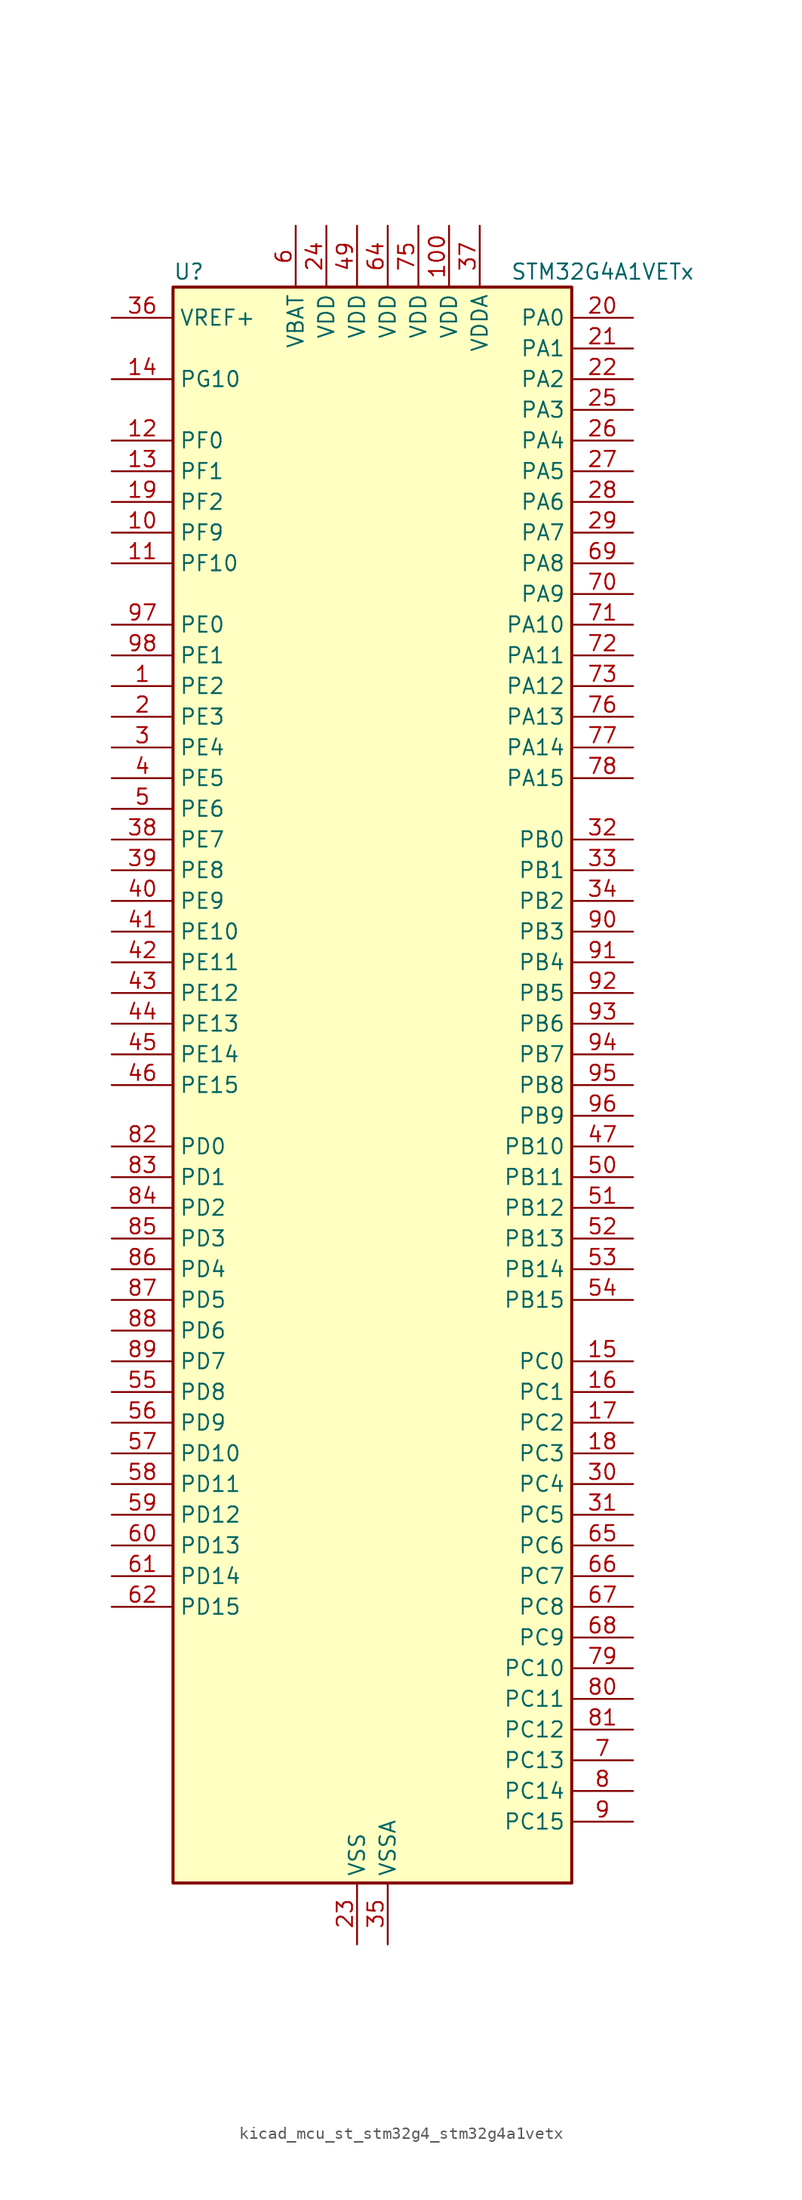
<source format=kicad_sym>
(kicad_symbol_lib
  (version 20220914)
  (generator kicad_symbol_editor)
  (symbol "kicad_mcu_st_stm32g4_stm32g4a1vetx"
    (property "Reference" "U"
      (at -15.24 67.31 0)
      (effects (font (size 1.27 1.27)) (justify left)))
    (property "Value" "STM32G4A1VETx"
      (at 12.7 67.31 0)
      (effects (font (size 1.27 1.27)) (justify left)))
    (property "ki_locked" ""
      (at 0 0 0)
      (effects (font (size 1.27 1.27))))
    (symbol "kicad_mcu_st_stm32g4_stm32g4a1vetx_0_1"
      (rectangle (start -15.24 -66.04) (end 17.78 66.04) (stroke (width 0.254) (type default)) (fill (type background))))
    (symbol "kicad_mcu_st_stm32g4_stm32g4a1vetx_1_1"
      (pin bidirectional line (at -20.32 33.02 0) (length 5.08) (name "PE2" (effects (font (size 1.27 1.27)))) (number "1" (effects (font (size 1.27 1.27)))) (alternate "ADC3_EXTI2" bidirectional line) (alternate "SAI1_CK1" bidirectional line) (alternate "SAI1_MCLK_A" bidirectional line) (alternate "SYS_TRACECLK" bidirectional line) (alternate "TIM20_CH1" bidirectional line) (alternate "TIM3_CH1" bidirectional line))
      (pin bidirectional line (at -20.32 45.72 0) (length 5.08) (name "PF9" (effects (font (size 1.27 1.27)))) (number "10" (effects (font (size 1.27 1.27)))) (alternate "DAC1_EXTI9" bidirectional line) (alternate "DAC3_EXTI9" bidirectional line) (alternate "QUADSPI1_BK1_IO1" bidirectional line) (alternate "SAI1_FS_B" bidirectional line) (alternate "SPI2_SCK" bidirectional line) (alternate "TIM15_CH1" bidirectional line) (alternate "TIM20_BKIN" bidirectional line))
      (pin power_in line (at 7.62 71.12 270) (length 5.08) (name "VDD" (effects (font (size 1.27 1.27)))) (number "100" (effects (font (size 1.27 1.27)))))
      (pin bidirectional line (at -20.32 43.18 0) (length 5.08) (name "PF10" (effects (font (size 1.27 1.27)))) (number "11" (effects (font (size 1.27 1.27)))) (alternate "DAC1_EXTI10" bidirectional line) (alternate "DAC3_EXTI10" bidirectional line) (alternate "QUADSPI1_CLK" bidirectional line) (alternate "SAI1_D3" bidirectional line) (alternate "SPI2_SCK" bidirectional line) (alternate "TIM15_CH2" bidirectional line) (alternate "TIM20_BKIN2" bidirectional line))
      (pin bidirectional line (at -20.32 53.34 0) (length 5.08) (name "PF0" (effects (font (size 1.27 1.27)))) (number "12" (effects (font (size 1.27 1.27)))) (alternate "ADC1_IN10" bidirectional line) (alternate "I2C2_SDA" bidirectional line) (alternate "I2S2_WS" bidirectional line) (alternate "RCC_OSC_IN" bidirectional line) (alternate "SPI2_NSS" bidirectional line) (alternate "TIM1_CH3N" bidirectional line))
      (pin bidirectional line (at -20.32 50.8 0) (length 5.08) (name "PF1" (effects (font (size 1.27 1.27)))) (number "13" (effects (font (size 1.27 1.27)))) (alternate "ADC2_IN10" bidirectional line) (alternate "COMP3_INM" bidirectional line) (alternate "I2S2_CK" bidirectional line) (alternate "RCC_OSC_OUT" bidirectional line) (alternate "SPI2_SCK" bidirectional line))
      (pin bidirectional line (at -20.32 58.42 0) (length 5.08) (name "PG10" (effects (font (size 1.27 1.27)))) (number "14" (effects (font (size 1.27 1.27)))) (alternate "DAC1_EXTI10" bidirectional line) (alternate "DAC3_EXTI10" bidirectional line) (alternate "RCC_MCO" bidirectional line))
      (pin bidirectional line (at 22.86 -22.86 180) (length 5.08) (name "PC0" (effects (font (size 1.27 1.27)))) (number "15" (effects (font (size 1.27 1.27)))) (alternate "ADC1_IN6" bidirectional line) (alternate "ADC2_IN6" bidirectional line) (alternate "COMP3_INM" bidirectional line) (alternate "LPTIM1_IN1" bidirectional line) (alternate "LPUART1_RX" bidirectional line) (alternate "TIM1_CH1" bidirectional line))
      (pin bidirectional line (at 22.86 -25.4 180) (length 5.08) (name "PC1" (effects (font (size 1.27 1.27)))) (number "16" (effects (font (size 1.27 1.27)))) (alternate "ADC1_IN7" bidirectional line) (alternate "ADC2_IN7" bidirectional line) (alternate "COMP3_INP" bidirectional line) (alternate "LPTIM1_OUT" bidirectional line) (alternate "LPUART1_TX" bidirectional line) (alternate "QUADSPI1_BK2_IO0" bidirectional line) (alternate "SAI1_SD_A" bidirectional line) (alternate "TIM1_CH2" bidirectional line))
      (pin bidirectional line (at 22.86 -27.94 180) (length 5.08) (name "PC2" (effects (font (size 1.27 1.27)))) (number "17" (effects (font (size 1.27 1.27)))) (alternate "ADC1_IN8" bidirectional line) (alternate "ADC2_IN8" bidirectional line) (alternate "ADC3_EXTI2" bidirectional line) (alternate "COMP3_OUT" bidirectional line) (alternate "LPTIM1_IN2" bidirectional line) (alternate "QUADSPI1_BK2_IO1" bidirectional line) (alternate "TIM1_CH3" bidirectional line) (alternate "TIM20_CH2" bidirectional line))
      (pin bidirectional line (at 22.86 -30.48 180) (length 5.08) (name "PC3" (effects (font (size 1.27 1.27)))) (number "18" (effects (font (size 1.27 1.27)))) (alternate "ADC1_IN9" bidirectional line) (alternate "ADC2_IN9" bidirectional line) (alternate "ADC3_EXTI3" bidirectional line) (alternate "LPTIM1_ETR" bidirectional line) (alternate "QUADSPI1_BK2_IO2" bidirectional line) (alternate "SAI1_D1" bidirectional line) (alternate "SAI1_SD_A" bidirectional line) (alternate "TIM1_BKIN2" bidirectional line) (alternate "TIM1_CH4" bidirectional line))
      (pin bidirectional line (at -20.32 48.26 0) (length 5.08) (name "PF2" (effects (font (size 1.27 1.27)))) (number "19" (effects (font (size 1.27 1.27)))) (alternate "ADC3_EXTI2" bidirectional line) (alternate "I2C2_SMBA" bidirectional line) (alternate "TIM20_CH3" bidirectional line))
      (pin bidirectional line (at -20.32 30.48 0) (length 5.08) (name "PE3" (effects (font (size 1.27 1.27)))) (number "2" (effects (font (size 1.27 1.27)))) (alternate "ADC3_EXTI3" bidirectional line) (alternate "SAI1_SD_B" bidirectional line) (alternate "SYS_TRACED0" bidirectional line) (alternate "TIM20_CH2" bidirectional line) (alternate "TIM3_CH2" bidirectional line))
      (pin bidirectional line (at 22.86 63.5 180) (length 5.08) (name "PA0" (effects (font (size 1.27 1.27)))) (number "20" (effects (font (size 1.27 1.27)))) (alternate "ADC1_IN1" bidirectional line) (alternate "ADC2_IN1" bidirectional line) (alternate "COMP1_INM" bidirectional line) (alternate "COMP1_OUT" bidirectional line) (alternate "COMP3_INP" bidirectional line) (alternate "RTC_TAMP2" bidirectional line) (alternate "SYS_WKUP1" bidirectional line) (alternate "TIM2_CH1" bidirectional line) (alternate "TIM2_ETR" bidirectional line) (alternate "TIM8_BKIN" bidirectional line) (alternate "TIM8_ETR" bidirectional line) (alternate "USART2_CTS" bidirectional line) (alternate "USART2_NSS" bidirectional line))
      (pin bidirectional line (at 22.86 60.96 180) (length 5.08) (name "PA1" (effects (font (size 1.27 1.27)))) (number "21" (effects (font (size 1.27 1.27)))) (alternate "ADC1_IN2" bidirectional line) (alternate "ADC2_IN2" bidirectional line) (alternate "COMP1_INP" bidirectional line) (alternate "OPAMP1_VINP" bidirectional line) (alternate "OPAMP1_VINP_SEC" bidirectional line) (alternate "OPAMP3_VINP" bidirectional line) (alternate "OPAMP3_VINP_SEC" bidirectional line) (alternate "OPAMP6_VINM" bidirectional line) (alternate "OPAMP6_VINM0" bidirectional line) (alternate "OPAMP6_VINM_SEC" bidirectional line) (alternate "RTC_REFIN" bidirectional line) (alternate "TIM15_CH1N" bidirectional line) (alternate "TIM2_CH2" bidirectional line) (alternate "USART2_DE" bidirectional line) (alternate "USART2_RTS" bidirectional line))
      (pin bidirectional line (at 22.86 58.42 180) (length 5.08) (name "PA2" (effects (font (size 1.27 1.27)))) (number "22" (effects (font (size 1.27 1.27)))) (alternate "ADC1_IN3" bidirectional line) (alternate "ADC3_EXTI2" bidirectional line) (alternate "COMP2_INM" bidirectional line) (alternate "COMP2_OUT" bidirectional line) (alternate "LPUART1_TX" bidirectional line) (alternate "OPAMP1_VOUT" bidirectional line) (alternate "QUADSPI1_BK1_NCS" bidirectional line) (alternate "RCC_LSCO" bidirectional line) (alternate "SYS_WKUP4" bidirectional line) (alternate "TIM15_CH1" bidirectional line) (alternate "TIM2_CH3" bidirectional line) (alternate "UCPD1_FRSTX1" bidirectional line) (alternate "UCPD1_FRSTX2" bidirectional line) (alternate "USART2_TX" bidirectional line))
      (pin power_in line (at 0 -71.12 90) (length 5.08) (name "VSS" (effects (font (size 1.27 1.27)))) (number "23" (effects (font (size 1.27 1.27)))))
      (pin power_in line (at -2.54 71.12 270) (length 5.08) (name "VDD" (effects (font (size 1.27 1.27)))) (number "24" (effects (font (size 1.27 1.27)))))
      (pin bidirectional line (at 22.86 55.88 180) (length 5.08) (name "PA3" (effects (font (size 1.27 1.27)))) (number "25" (effects (font (size 1.27 1.27)))) (alternate "ADC1_IN4" bidirectional line) (alternate "ADC3_EXTI3" bidirectional line) (alternate "COMP2_INP" bidirectional line) (alternate "LPUART1_RX" bidirectional line) (alternate "OPAMP1_VINM" bidirectional line) (alternate "OPAMP1_VINM0" bidirectional line) (alternate "OPAMP1_VINM_SEC" bidirectional line) (alternate "OPAMP1_VINP" bidirectional line) (alternate "OPAMP1_VINP_SEC" bidirectional line) (alternate "QUADSPI1_CLK" bidirectional line) (alternate "SAI1_CK1" bidirectional line) (alternate "SAI1_MCLK_A" bidirectional line) (alternate "TIM15_CH2" bidirectional line) (alternate "TIM2_CH4" bidirectional line) (alternate "USART2_RX" bidirectional line))
      (pin bidirectional line (at 22.86 53.34 180) (length 5.08) (name "PA4" (effects (font (size 1.27 1.27)))) (number "26" (effects (font (size 1.27 1.27)))) (alternate "ADC2_IN17" bidirectional line) (alternate "COMP1_INM" bidirectional line) (alternate "DAC1_OUT1" bidirectional line) (alternate "I2S3_WS" bidirectional line) (alternate "SAI1_FS_B" bidirectional line) (alternate "SPI1_NSS" bidirectional line) (alternate "SPI3_NSS" bidirectional line) (alternate "TIM3_CH2" bidirectional line) (alternate "USART2_CK" bidirectional line))
      (pin bidirectional line (at 22.86 50.8 180) (length 5.08) (name "PA5" (effects (font (size 1.27 1.27)))) (number "27" (effects (font (size 1.27 1.27)))) (alternate "ADC2_IN13" bidirectional line) (alternate "COMP2_INM" bidirectional line) (alternate "DAC1_OUT2" bidirectional line) (alternate "OPAMP2_VINM" bidirectional line) (alternate "OPAMP2_VINM0" bidirectional line) (alternate "OPAMP2_VINM_SEC" bidirectional line) (alternate "SPI1_SCK" bidirectional line) (alternate "TIM2_CH1" bidirectional line) (alternate "TIM2_ETR" bidirectional line) (alternate "UCPD1_FRSTX1" bidirectional line) (alternate "UCPD1_FRSTX2" bidirectional line))
      (pin bidirectional line (at 22.86 48.26 180) (length 5.08) (name "PA6" (effects (font (size 1.27 1.27)))) (number "28" (effects (font (size 1.27 1.27)))) (alternate "ADC2_IN3" bidirectional line) (alternate "COMP1_OUT" bidirectional line) (alternate "LPUART1_CTS" bidirectional line) (alternate "OPAMP2_VOUT" bidirectional line) (alternate "QUADSPI1_BK1_IO3" bidirectional line) (alternate "SPI1_MISO" bidirectional line) (alternate "TIM16_CH1" bidirectional line) (alternate "TIM1_BKIN" bidirectional line) (alternate "TIM3_CH1" bidirectional line) (alternate "TIM8_BKIN" bidirectional line))
      (pin bidirectional line (at 22.86 45.72 180) (length 5.08) (name "PA7" (effects (font (size 1.27 1.27)))) (number "29" (effects (font (size 1.27 1.27)))) (alternate "ADC2_IN4" bidirectional line) (alternate "COMP2_INP" bidirectional line) (alternate "COMP2_OUT" bidirectional line) (alternate "OPAMP1_VINP" bidirectional line) (alternate "OPAMP1_VINP_SEC" bidirectional line) (alternate "OPAMP2_VINP" bidirectional line) (alternate "OPAMP2_VINP_SEC" bidirectional line) (alternate "QUADSPI1_BK1_IO2" bidirectional line) (alternate "SPI1_MOSI" bidirectional line) (alternate "TIM17_CH1" bidirectional line) (alternate "TIM1_CH1N" bidirectional line) (alternate "TIM3_CH2" bidirectional line) (alternate "TIM8_CH1N" bidirectional line) (alternate "UCPD1_FRSTX1" bidirectional line) (alternate "UCPD1_FRSTX2" bidirectional line))
      (pin bidirectional line (at -20.32 27.94 0) (length 5.08) (name "PE4" (effects (font (size 1.27 1.27)))) (number "3" (effects (font (size 1.27 1.27)))) (alternate "SAI1_D2" bidirectional line) (alternate "SAI1_FS_A" bidirectional line) (alternate "SYS_TRACED1" bidirectional line) (alternate "TIM20_CH1N" bidirectional line) (alternate "TIM3_CH3" bidirectional line))
      (pin bidirectional line (at 22.86 -33.02 180) (length 5.08) (name "PC4" (effects (font (size 1.27 1.27)))) (number "30" (effects (font (size 1.27 1.27)))) (alternate "ADC2_IN5" bidirectional line) (alternate "I2C2_SCL" bidirectional line) (alternate "QUADSPI1_BK2_IO3" bidirectional line) (alternate "TIM1_ETR" bidirectional line) (alternate "USART1_TX" bidirectional line))
      (pin bidirectional line (at 22.86 -35.56 180) (length 5.08) (name "PC5" (effects (font (size 1.27 1.27)))) (number "31" (effects (font (size 1.27 1.27)))) (alternate "ADC2_IN11" bidirectional line) (alternate "OPAMP1_VINM" bidirectional line) (alternate "OPAMP1_VINM1" bidirectional line) (alternate "OPAMP1_VINM_SEC" bidirectional line) (alternate "OPAMP2_VINM" bidirectional line) (alternate "OPAMP2_VINM1" bidirectional line) (alternate "OPAMP2_VINM_SEC" bidirectional line) (alternate "SAI1_D3" bidirectional line) (alternate "SYS_WKUP5" bidirectional line) (alternate "TIM15_BKIN" bidirectional line) (alternate "TIM1_CH4N" bidirectional line) (alternate "USART1_RX" bidirectional line))
      (pin bidirectional line (at 22.86 20.32 180) (length 5.08) (name "PB0" (effects (font (size 1.27 1.27)))) (number "32" (effects (font (size 1.27 1.27)))) (alternate "ADC1_IN15" bidirectional line) (alternate "ADC3_IN12" bidirectional line) (alternate "COMP4_INP" bidirectional line) (alternate "OPAMP2_VINP" bidirectional line) (alternate "OPAMP2_VINP_SEC" bidirectional line) (alternate "OPAMP3_VINP" bidirectional line) (alternate "OPAMP3_VINP_SEC" bidirectional line) (alternate "QUADSPI1_BK1_IO1" bidirectional line) (alternate "TIM1_CH2N" bidirectional line) (alternate "TIM3_CH3" bidirectional line) (alternate "TIM8_CH2N" bidirectional line) (alternate "UCPD1_FRSTX1" bidirectional line) (alternate "UCPD1_FRSTX2" bidirectional line))
      (pin bidirectional line (at 22.86 17.78 180) (length 5.08) (name "PB1" (effects (font (size 1.27 1.27)))) (number "33" (effects (font (size 1.27 1.27)))) (alternate "ADC1_IN12" bidirectional line) (alternate "ADC3_IN1" bidirectional line) (alternate "COMP1_INP" bidirectional line) (alternate "COMP4_OUT" bidirectional line) (alternate "LPUART1_DE" bidirectional line) (alternate "LPUART1_RTS" bidirectional line) (alternate "OPAMP3_VOUT" bidirectional line) (alternate "OPAMP6_VINM" bidirectional line) (alternate "OPAMP6_VINM1" bidirectional line) (alternate "OPAMP6_VINM_SEC" bidirectional line) (alternate "QUADSPI1_BK1_IO0" bidirectional line) (alternate "TIM1_CH3N" bidirectional line) (alternate "TIM3_CH4" bidirectional line) (alternate "TIM8_CH3N" bidirectional line))
      (pin bidirectional line (at 22.86 15.24 180) (length 5.08) (name "PB2" (effects (font (size 1.27 1.27)))) (number "34" (effects (font (size 1.27 1.27)))) (alternate "ADC2_IN12" bidirectional line) (alternate "ADC3_EXTI2" bidirectional line) (alternate "COMP4_INM" bidirectional line) (alternate "I2C3_SMBA" bidirectional line) (alternate "LPTIM1_OUT" bidirectional line) (alternate "OPAMP3_VINM" bidirectional line) (alternate "OPAMP3_VINM0" bidirectional line) (alternate "OPAMP3_VINM_SEC" bidirectional line) (alternate "QUADSPI1_BK2_IO1" bidirectional line) (alternate "RTC_OUT2" bidirectional line) (alternate "TIM20_CH1" bidirectional line))
      (pin power_in line (at 2.54 -71.12 90) (length 5.08) (name "VSSA" (effects (font (size 1.27 1.27)))) (number "35" (effects (font (size 1.27 1.27)))))
      (pin input line (at -20.32 63.5 0) (length 5.08) (name "VREF+" (effects (font (size 1.27 1.27)))) (number "36" (effects (font (size 1.27 1.27)))) (alternate "VREFBUF_OUT" bidirectional line))
      (pin power_in line (at 10.16 71.12 270) (length 5.08) (name "VDDA" (effects (font (size 1.27 1.27)))) (number "37" (effects (font (size 1.27 1.27)))))
      (pin bidirectional line (at -20.32 20.32 0) (length 5.08) (name "PE7" (effects (font (size 1.27 1.27)))) (number "38" (effects (font (size 1.27 1.27)))) (alternate "ADC3_IN4" bidirectional line) (alternate "COMP4_INP" bidirectional line) (alternate "SAI1_SD_B" bidirectional line) (alternate "TIM1_ETR" bidirectional line))
      (pin bidirectional line (at -20.32 17.78 0) (length 5.08) (name "PE8" (effects (font (size 1.27 1.27)))) (number "39" (effects (font (size 1.27 1.27)))) (alternate "ADC3_IN6" bidirectional line) (alternate "COMP4_INM" bidirectional line) (alternate "SAI1_SCK_B" bidirectional line) (alternate "TIM1_CH1N" bidirectional line))
      (pin bidirectional line (at -20.32 25.4 0) (length 5.08) (name "PE5" (effects (font (size 1.27 1.27)))) (number "4" (effects (font (size 1.27 1.27)))) (alternate "SAI1_CK2" bidirectional line) (alternate "SAI1_SCK_A" bidirectional line) (alternate "SYS_TRACED2" bidirectional line) (alternate "TIM20_CH2N" bidirectional line) (alternate "TIM3_CH4" bidirectional line))
      (pin bidirectional line (at -20.32 15.24 0) (length 5.08) (name "PE9" (effects (font (size 1.27 1.27)))) (number "40" (effects (font (size 1.27 1.27)))) (alternate "ADC3_IN2" bidirectional line) (alternate "DAC1_EXTI9" bidirectional line) (alternate "DAC3_EXTI9" bidirectional line) (alternate "SAI1_FS_B" bidirectional line) (alternate "TIM1_CH1" bidirectional line))
      (pin bidirectional line (at -20.32 12.7 0) (length 5.08) (name "PE10" (effects (font (size 1.27 1.27)))) (number "41" (effects (font (size 1.27 1.27)))) (alternate "ADC3_IN14" bidirectional line) (alternate "DAC1_EXTI10" bidirectional line) (alternate "DAC3_EXTI10" bidirectional line) (alternate "QUADSPI1_CLK" bidirectional line) (alternate "SAI1_MCLK_B" bidirectional line) (alternate "TIM1_CH2N" bidirectional line))
      (pin bidirectional line (at -20.32 10.16 0) (length 5.08) (name "PE11" (effects (font (size 1.27 1.27)))) (number "42" (effects (font (size 1.27 1.27)))) (alternate "ADC1_EXTI11" bidirectional line) (alternate "ADC2_EXTI11" bidirectional line) (alternate "ADC3_IN15" bidirectional line) (alternate "QUADSPI1_BK1_NCS" bidirectional line) (alternate "TIM1_CH2" bidirectional line))
      (pin bidirectional line (at -20.32 7.62 0) (length 5.08) (name "PE12" (effects (font (size 1.27 1.27)))) (number "43" (effects (font (size 1.27 1.27)))) (alternate "ADC3_IN16" bidirectional line) (alternate "QUADSPI1_BK1_IO0" bidirectional line) (alternate "TIM1_CH3N" bidirectional line))
      (pin bidirectional line (at -20.32 5.08 0) (length 5.08) (name "PE13" (effects (font (size 1.27 1.27)))) (number "44" (effects (font (size 1.27 1.27)))) (alternate "ADC3_IN3" bidirectional line) (alternate "QUADSPI1_BK1_IO1" bidirectional line) (alternate "TIM1_CH3" bidirectional line))
      (pin bidirectional line (at -20.32 2.54 0) (length 5.08) (name "PE14" (effects (font (size 1.27 1.27)))) (number "45" (effects (font (size 1.27 1.27)))) (alternate "QUADSPI1_BK1_IO2" bidirectional line) (alternate "TIM1_BKIN2" bidirectional line) (alternate "TIM1_CH4" bidirectional line))
      (pin bidirectional line (at -20.32 0 0) (length 5.08) (name "PE15" (effects (font (size 1.27 1.27)))) (number "46" (effects (font (size 1.27 1.27)))) (alternate "ADC1_EXTI15" bidirectional line) (alternate "ADC2_EXTI15" bidirectional line) (alternate "QUADSPI1_BK1_IO3" bidirectional line) (alternate "TIM1_BKIN" bidirectional line) (alternate "TIM1_CH4N" bidirectional line) (alternate "USART3_RX" bidirectional line))
      (pin bidirectional line (at 22.86 -5.08 180) (length 5.08) (name "PB10" (effects (font (size 1.27 1.27)))) (number "47" (effects (font (size 1.27 1.27)))) (alternate "DAC1_EXTI10" bidirectional line) (alternate "DAC3_EXTI10" bidirectional line) (alternate "LPUART1_RX" bidirectional line) (alternate "OPAMP3_VINM" bidirectional line) (alternate "OPAMP3_VINM1" bidirectional line) (alternate "OPAMP3_VINM_SEC" bidirectional line) (alternate "QUADSPI1_CLK" bidirectional line) (alternate "SAI1_SCK_A" bidirectional line) (alternate "TIM1_BKIN" bidirectional line) (alternate "TIM2_CH3" bidirectional line) (alternate "USART3_TX" bidirectional line))
      (pin passive line (at 0 -71.12 90) (length 5.08) hide (name "VSS" (effects (font (size 1.27 1.27)))) (number "48" (effects (font (size 1.27 1.27)))))
      (pin power_in line (at 0 71.12 270) (length 5.08) (name "VDD" (effects (font (size 1.27 1.27)))) (number "49" (effects (font (size 1.27 1.27)))))
      (pin bidirectional line (at -20.32 22.86 0) (length 5.08) (name "PE6" (effects (font (size 1.27 1.27)))) (number "5" (effects (font (size 1.27 1.27)))) (alternate "RTC_TAMP3" bidirectional line) (alternate "SAI1_D1" bidirectional line) (alternate "SAI1_SD_A" bidirectional line) (alternate "SYS_TRACED3" bidirectional line) (alternate "SYS_WKUP3" bidirectional line) (alternate "TIM20_CH3N" bidirectional line))
      (pin bidirectional line (at 22.86 -7.62 180) (length 5.08) (name "PB11" (effects (font (size 1.27 1.27)))) (number "50" (effects (font (size 1.27 1.27)))) (alternate "ADC1_EXTI11" bidirectional line) (alternate "ADC1_IN14" bidirectional line) (alternate "ADC2_EXTI11" bidirectional line) (alternate "ADC2_IN14" bidirectional line) (alternate "LPUART1_TX" bidirectional line) (alternate "OPAMP6_VOUT" bidirectional line) (alternate "QUADSPI1_BK1_NCS" bidirectional line) (alternate "TIM2_CH4" bidirectional line) (alternate "USART3_RX" bidirectional line))
      (pin bidirectional line (at 22.86 -10.16 180) (length 5.08) (name "PB12" (effects (font (size 1.27 1.27)))) (number "51" (effects (font (size 1.27 1.27)))) (alternate "ADC1_IN11" bidirectional line) (alternate "FDCAN2_RX" bidirectional line) (alternate "I2C2_SMBA" bidirectional line) (alternate "I2S2_WS" bidirectional line) (alternate "LPUART1_DE" bidirectional line) (alternate "LPUART1_RTS" bidirectional line) (alternate "OPAMP6_VINP" bidirectional line) (alternate "OPAMP6_VINP_SEC" bidirectional line) (alternate "SPI2_NSS" bidirectional line) (alternate "TIM1_BKIN" bidirectional line) (alternate "USART3_CK" bidirectional line))
      (pin bidirectional line (at 22.86 -12.7 180) (length 5.08) (name "PB13" (effects (font (size 1.27 1.27)))) (number "52" (effects (font (size 1.27 1.27)))) (alternate "ADC3_IN5" bidirectional line) (alternate "FDCAN2_TX" bidirectional line) (alternate "I2S2_CK" bidirectional line) (alternate "LPUART1_CTS" bidirectional line) (alternate "OPAMP3_VINP" bidirectional line) (alternate "OPAMP3_VINP_SEC" bidirectional line) (alternate "OPAMP6_VINP" bidirectional line) (alternate "OPAMP6_VINP_SEC" bidirectional line) (alternate "SPI2_SCK" bidirectional line) (alternate "TIM1_CH1N" bidirectional line) (alternate "USART3_CTS" bidirectional line) (alternate "USART3_NSS" bidirectional line))
      (pin bidirectional line (at 22.86 -15.24 180) (length 5.08) (name "PB14" (effects (font (size 1.27 1.27)))) (number "53" (effects (font (size 1.27 1.27)))) (alternate "ADC1_IN5" bidirectional line) (alternate "COMP4_OUT" bidirectional line) (alternate "OPAMP2_VINP" bidirectional line) (alternate "OPAMP2_VINP_SEC" bidirectional line) (alternate "SPI2_MISO" bidirectional line) (alternate "TIM15_CH1" bidirectional line) (alternate "TIM1_CH2N" bidirectional line) (alternate "USART3_DE" bidirectional line) (alternate "USART3_RTS" bidirectional line))
      (pin bidirectional line (at 22.86 -17.78 180) (length 5.08) (name "PB15" (effects (font (size 1.27 1.27)))) (number "54" (effects (font (size 1.27 1.27)))) (alternate "ADC1_EXTI15" bidirectional line) (alternate "ADC2_EXTI15" bidirectional line) (alternate "ADC2_IN15" bidirectional line) (alternate "COMP3_OUT" bidirectional line) (alternate "I2S2_SD" bidirectional line) (alternate "RTC_REFIN" bidirectional line) (alternate "SPI2_MOSI" bidirectional line) (alternate "TIM15_CH1N" bidirectional line) (alternate "TIM15_CH2" bidirectional line) (alternate "TIM1_CH3N" bidirectional line))
      (pin bidirectional line (at -20.32 -25.4 0) (length 5.08) (name "PD8" (effects (font (size 1.27 1.27)))) (number "55" (effects (font (size 1.27 1.27)))) (alternate "USART3_TX" bidirectional line))
      (pin bidirectional line (at -20.32 -27.94 0) (length 5.08) (name "PD9" (effects (font (size 1.27 1.27)))) (number "56" (effects (font (size 1.27 1.27)))) (alternate "DAC1_EXTI9" bidirectional line) (alternate "DAC3_EXTI9" bidirectional line) (alternate "OPAMP6_VINP" bidirectional line) (alternate "OPAMP6_VINP_SEC" bidirectional line) (alternate "USART3_RX" bidirectional line))
      (pin bidirectional line (at -20.32 -30.48 0) (length 5.08) (name "PD10" (effects (font (size 1.27 1.27)))) (number "57" (effects (font (size 1.27 1.27)))) (alternate "ADC3_IN7" bidirectional line) (alternate "DAC1_EXTI10" bidirectional line) (alternate "DAC3_EXTI10" bidirectional line) (alternate "USART3_CK" bidirectional line))
      (pin bidirectional line (at -20.32 -33.02 0) (length 5.08) (name "PD11" (effects (font (size 1.27 1.27)))) (number "58" (effects (font (size 1.27 1.27)))) (alternate "ADC1_EXTI11" bidirectional line) (alternate "ADC2_EXTI11" bidirectional line) (alternate "ADC3_IN8" bidirectional line) (alternate "USART3_CTS" bidirectional line) (alternate "USART3_NSS" bidirectional line))
      (pin bidirectional line (at -20.32 -35.56 0) (length 5.08) (name "PD12" (effects (font (size 1.27 1.27)))) (number "59" (effects (font (size 1.27 1.27)))) (alternate "ADC3_IN9" bidirectional line) (alternate "TIM4_CH1" bidirectional line) (alternate "USART3_DE" bidirectional line) (alternate "USART3_RTS" bidirectional line))
      (pin power_in line (at -5.08 71.12 270) (length 5.08) (name "VBAT" (effects (font (size 1.27 1.27)))) (number "6" (effects (font (size 1.27 1.27)))))
      (pin bidirectional line (at -20.32 -38.1 0) (length 5.08) (name "PD13" (effects (font (size 1.27 1.27)))) (number "60" (effects (font (size 1.27 1.27)))) (alternate "ADC3_IN10" bidirectional line) (alternate "TIM4_CH2" bidirectional line))
      (pin bidirectional line (at -20.32 -40.64 0) (length 5.08) (name "PD14" (effects (font (size 1.27 1.27)))) (number "61" (effects (font (size 1.27 1.27)))) (alternate "ADC3_IN11" bidirectional line) (alternate "OPAMP2_VINP" bidirectional line) (alternate "OPAMP2_VINP_SEC" bidirectional line) (alternate "TIM4_CH3" bidirectional line))
      (pin bidirectional line (at -20.32 -43.18 0) (length 5.08) (name "PD15" (effects (font (size 1.27 1.27)))) (number "62" (effects (font (size 1.27 1.27)))) (alternate "ADC1_EXTI15" bidirectional line) (alternate "ADC2_EXTI15" bidirectional line) (alternate "SPI2_NSS" bidirectional line) (alternate "TIM4_CH4" bidirectional line))
      (pin passive line (at 0 -71.12 90) (length 5.08) hide (name "VSS" (effects (font (size 1.27 1.27)))) (number "63" (effects (font (size 1.27 1.27)))))
      (pin power_in line (at 2.54 71.12 270) (length 5.08) (name "VDD" (effects (font (size 1.27 1.27)))) (number "64" (effects (font (size 1.27 1.27)))))
      (pin bidirectional line (at 22.86 -38.1 180) (length 5.08) (name "PC6" (effects (font (size 1.27 1.27)))) (number "65" (effects (font (size 1.27 1.27)))) (alternate "I2S2_MCK" bidirectional line) (alternate "TIM3_CH1" bidirectional line) (alternate "TIM8_CH1" bidirectional line))
      (pin bidirectional line (at 22.86 -40.64 180) (length 5.08) (name "PC7" (effects (font (size 1.27 1.27)))) (number "66" (effects (font (size 1.27 1.27)))) (alternate "I2S3_MCK" bidirectional line) (alternate "TIM3_CH2" bidirectional line) (alternate "TIM8_CH2" bidirectional line))
      (pin bidirectional line (at 22.86 -43.18 180) (length 5.08) (name "PC8" (effects (font (size 1.27 1.27)))) (number "67" (effects (font (size 1.27 1.27)))) (alternate "I2C3_SCL" bidirectional line) (alternate "TIM20_CH3" bidirectional line) (alternate "TIM3_CH3" bidirectional line) (alternate "TIM8_CH3" bidirectional line))
      (pin bidirectional line (at 22.86 -45.72 180) (length 5.08) (name "PC9" (effects (font (size 1.27 1.27)))) (number "68" (effects (font (size 1.27 1.27)))) (alternate "DAC1_EXTI9" bidirectional line) (alternate "DAC3_EXTI9" bidirectional line) (alternate "I2C3_SDA" bidirectional line) (alternate "I2S_CKIN" bidirectional line) (alternate "TIM3_CH4" bidirectional line) (alternate "TIM8_BKIN2" bidirectional line) (alternate "TIM8_CH4" bidirectional line))
      (pin bidirectional line (at 22.86 43.18 180) (length 5.08) (name "PA8" (effects (font (size 1.27 1.27)))) (number "69" (effects (font (size 1.27 1.27)))) (alternate "I2C2_SDA" bidirectional line) (alternate "I2C3_SCL" bidirectional line) (alternate "I2S2_MCK" bidirectional line) (alternate "RCC_MCO" bidirectional line) (alternate "SAI1_CK2" bidirectional line) (alternate "SAI1_SCK_A" bidirectional line) (alternate "TIM1_CH1" bidirectional line) (alternate "TIM4_ETR" bidirectional line) (alternate "USART1_CK" bidirectional line))
      (pin bidirectional line (at 22.86 -55.88 180) (length 5.08) (name "PC13" (effects (font (size 1.27 1.27)))) (number "7" (effects (font (size 1.27 1.27)))) (alternate "RTC_OUT1" bidirectional line) (alternate "RTC_TAMP1" bidirectional line) (alternate "RTC_TS" bidirectional line) (alternate "SYS_WKUP2" bidirectional line) (alternate "TIM1_BKIN" bidirectional line) (alternate "TIM1_CH1N" bidirectional line) (alternate "TIM8_CH4N" bidirectional line))
      (pin bidirectional line (at 22.86 40.64 180) (length 5.08) (name "PA9" (effects (font (size 1.27 1.27)))) (number "70" (effects (font (size 1.27 1.27)))) (alternate "DAC1_EXTI9" bidirectional line) (alternate "DAC3_EXTI9" bidirectional line) (alternate "I2C2_SCL" bidirectional line) (alternate "I2C3_SMBA" bidirectional line) (alternate "I2S3_MCK" bidirectional line) (alternate "SAI1_FS_A" bidirectional line) (alternate "TIM15_BKIN" bidirectional line) (alternate "TIM1_CH2" bidirectional line) (alternate "TIM2_CH3" bidirectional line) (alternate "UCPD1_DBCC1" bidirectional line) (alternate "USART1_TX" bidirectional line))
      (pin bidirectional line (at 22.86 38.1 180) (length 5.08) (name "PA10" (effects (font (size 1.27 1.27)))) (number "71" (effects (font (size 1.27 1.27)))) (alternate "CRS_SYNC" bidirectional line) (alternate "DAC1_EXTI10" bidirectional line) (alternate "DAC3_EXTI10" bidirectional line) (alternate "I2C2_SMBA" bidirectional line) (alternate "SAI1_D1" bidirectional line) (alternate "SAI1_SD_A" bidirectional line) (alternate "SPI2_MISO" bidirectional line) (alternate "TIM17_BKIN" bidirectional line) (alternate "TIM1_CH3" bidirectional line) (alternate "TIM2_CH4" bidirectional line) (alternate "TIM8_BKIN" bidirectional line) (alternate "UCPD1_DBCC2" bidirectional line) (alternate "USART1_RX" bidirectional line))
      (pin bidirectional line (at 22.86 35.56 180) (length 5.08) (name "PA11" (effects (font (size 1.27 1.27)))) (number "72" (effects (font (size 1.27 1.27)))) (alternate "ADC1_EXTI11" bidirectional line) (alternate "ADC2_EXTI11" bidirectional line) (alternate "COMP1_OUT" bidirectional line) (alternate "FDCAN1_RX" bidirectional line) (alternate "I2S2_SD" bidirectional line) (alternate "SPI2_MOSI" bidirectional line) (alternate "TIM1_BKIN2" bidirectional line) (alternate "TIM1_CH1N" bidirectional line) (alternate "TIM1_CH4" bidirectional line) (alternate "TIM4_CH1" bidirectional line) (alternate "USART1_CTS" bidirectional line) (alternate "USART1_NSS" bidirectional line) (alternate "USB_DM" bidirectional line))
      (pin bidirectional line (at 22.86 33.02 180) (length 5.08) (name "PA12" (effects (font (size 1.27 1.27)))) (number "73" (effects (font (size 1.27 1.27)))) (alternate "COMP2_OUT" bidirectional line) (alternate "FDCAN1_TX" bidirectional line) (alternate "I2S_CKIN" bidirectional line) (alternate "TIM16_CH1" bidirectional line) (alternate "TIM1_CH2N" bidirectional line) (alternate "TIM1_ETR" bidirectional line) (alternate "TIM4_CH2" bidirectional line) (alternate "USART1_DE" bidirectional line) (alternate "USART1_RTS" bidirectional line) (alternate "USB_DP" bidirectional line))
      (pin passive line (at 0 -71.12 90) (length 5.08) hide (name "VSS" (effects (font (size 1.27 1.27)))) (number "74" (effects (font (size 1.27 1.27)))))
      (pin power_in line (at 5.08 71.12 270) (length 5.08) (name "VDD" (effects (font (size 1.27 1.27)))) (number "75" (effects (font (size 1.27 1.27)))))
      (pin bidirectional line (at 22.86 30.48 180) (length 5.08) (name "PA13" (effects (font (size 1.27 1.27)))) (number "76" (effects (font (size 1.27 1.27)))) (alternate "I2C1_SCL" bidirectional line) (alternate "IR_OUT" bidirectional line) (alternate "SAI1_SD_B" bidirectional line) (alternate "SYS_JTMS-SWDIO" bidirectional line) (alternate "TIM16_CH1N" bidirectional line) (alternate "TIM4_CH3" bidirectional line) (alternate "USART3_CTS" bidirectional line) (alternate "USART3_NSS" bidirectional line))
      (pin bidirectional line (at 22.86 27.94 180) (length 5.08) (name "PA14" (effects (font (size 1.27 1.27)))) (number "77" (effects (font (size 1.27 1.27)))) (alternate "I2C1_SDA" bidirectional line) (alternate "LPTIM1_OUT" bidirectional line) (alternate "SAI1_FS_B" bidirectional line) (alternate "SYS_JTCK-SWCLK" bidirectional line) (alternate "TIM1_BKIN" bidirectional line) (alternate "TIM8_CH2" bidirectional line) (alternate "USART2_TX" bidirectional line))
      (pin bidirectional line (at 22.86 25.4 180) (length 5.08) (name "PA15" (effects (font (size 1.27 1.27)))) (number "78" (effects (font (size 1.27 1.27)))) (alternate "ADC1_EXTI15" bidirectional line) (alternate "ADC2_EXTI15" bidirectional line) (alternate "I2C1_SCL" bidirectional line) (alternate "I2S3_WS" bidirectional line) (alternate "SPI1_NSS" bidirectional line) (alternate "SPI3_NSS" bidirectional line) (alternate "SYS_JTDI" bidirectional line) (alternate "TIM1_BKIN" bidirectional line) (alternate "TIM20_ETR" bidirectional line) (alternate "TIM2_CH1" bidirectional line) (alternate "TIM2_ETR" bidirectional line) (alternate "TIM8_CH1" bidirectional line) (alternate "UART4_DE" bidirectional line) (alternate "UART4_RTS" bidirectional line) (alternate "USART2_RX" bidirectional line))
      (pin bidirectional line (at 22.86 -48.26 180) (length 5.08) (name "PC10" (effects (font (size 1.27 1.27)))) (number "79" (effects (font (size 1.27 1.27)))) (alternate "DAC1_EXTI10" bidirectional line) (alternate "DAC3_EXTI10" bidirectional line) (alternate "I2S3_CK" bidirectional line) (alternate "SPI3_SCK" bidirectional line) (alternate "TIM8_CH1N" bidirectional line) (alternate "UART4_TX" bidirectional line) (alternate "USART3_TX" bidirectional line))
      (pin bidirectional line (at 22.86 -58.42 180) (length 5.08) (name "PC14" (effects (font (size 1.27 1.27)))) (number "8" (effects (font (size 1.27 1.27)))) (alternate "RCC_OSC32_IN" bidirectional line))
      (pin bidirectional line (at 22.86 -50.8 180) (length 5.08) (name "PC11" (effects (font (size 1.27 1.27)))) (number "80" (effects (font (size 1.27 1.27)))) (alternate "ADC1_EXTI11" bidirectional line) (alternate "ADC2_EXTI11" bidirectional line) (alternate "I2C3_SDA" bidirectional line) (alternate "SPI3_MISO" bidirectional line) (alternate "TIM8_CH2N" bidirectional line) (alternate "UART4_RX" bidirectional line) (alternate "USART3_RX" bidirectional line))
      (pin bidirectional line (at 22.86 -53.34 180) (length 5.08) (name "PC12" (effects (font (size 1.27 1.27)))) (number "81" (effects (font (size 1.27 1.27)))) (alternate "I2S3_SD" bidirectional line) (alternate "SPI3_MOSI" bidirectional line) (alternate "TIM8_CH3N" bidirectional line) (alternate "UART5_TX" bidirectional line) (alternate "UCPD1_FRSTX1" bidirectional line) (alternate "UCPD1_FRSTX2" bidirectional line) (alternate "USART3_CK" bidirectional line))
      (pin bidirectional line (at -20.32 -5.08 0) (length 5.08) (name "PD0" (effects (font (size 1.27 1.27)))) (number "82" (effects (font (size 1.27 1.27)))) (alternate "FDCAN1_RX" bidirectional line) (alternate "TIM8_CH4N" bidirectional line))
      (pin bidirectional line (at -20.32 -7.62 0) (length 5.08) (name "PD1" (effects (font (size 1.27 1.27)))) (number "83" (effects (font (size 1.27 1.27)))) (alternate "FDCAN1_TX" bidirectional line) (alternate "TIM8_BKIN2" bidirectional line) (alternate "TIM8_CH4" bidirectional line))
      (pin bidirectional line (at -20.32 -10.16 0) (length 5.08) (name "PD2" (effects (font (size 1.27 1.27)))) (number "84" (effects (font (size 1.27 1.27)))) (alternate "ADC3_EXTI2" bidirectional line) (alternate "TIM3_ETR" bidirectional line) (alternate "TIM8_BKIN" bidirectional line) (alternate "UART5_RX" bidirectional line))
      (pin bidirectional line (at -20.32 -12.7 0) (length 5.08) (name "PD3" (effects (font (size 1.27 1.27)))) (number "85" (effects (font (size 1.27 1.27)))) (alternate "ADC3_EXTI3" bidirectional line) (alternate "QUADSPI1_BK2_NCS" bidirectional line) (alternate "TIM2_CH1" bidirectional line) (alternate "TIM2_ETR" bidirectional line) (alternate "USART2_CTS" bidirectional line) (alternate "USART2_NSS" bidirectional line))
      (pin bidirectional line (at -20.32 -15.24 0) (length 5.08) (name "PD4" (effects (font (size 1.27 1.27)))) (number "86" (effects (font (size 1.27 1.27)))) (alternate "QUADSPI1_BK2_IO0" bidirectional line) (alternate "TIM2_CH2" bidirectional line) (alternate "USART2_DE" bidirectional line) (alternate "USART2_RTS" bidirectional line))
      (pin bidirectional line (at -20.32 -17.78 0) (length 5.08) (name "PD5" (effects (font (size 1.27 1.27)))) (number "87" (effects (font (size 1.27 1.27)))) (alternate "QUADSPI1_BK2_IO1" bidirectional line) (alternate "USART2_TX" bidirectional line))
      (pin bidirectional line (at -20.32 -20.32 0) (length 5.08) (name "PD6" (effects (font (size 1.27 1.27)))) (number "88" (effects (font (size 1.27 1.27)))) (alternate "QUADSPI1_BK2_IO2" bidirectional line) (alternate "SAI1_D1" bidirectional line) (alternate "SAI1_SD_A" bidirectional line) (alternate "TIM2_CH4" bidirectional line) (alternate "USART2_RX" bidirectional line))
      (pin bidirectional line (at -20.32 -22.86 0) (length 5.08) (name "PD7" (effects (font (size 1.27 1.27)))) (number "89" (effects (font (size 1.27 1.27)))) (alternate "QUADSPI1_BK2_IO3" bidirectional line) (alternate "TIM2_CH3" bidirectional line) (alternate "USART2_CK" bidirectional line))
      (pin bidirectional line (at 22.86 -60.96 180) (length 5.08) (name "PC15" (effects (font (size 1.27 1.27)))) (number "9" (effects (font (size 1.27 1.27)))) (alternate "ADC1_EXTI15" bidirectional line) (alternate "ADC2_EXTI15" bidirectional line) (alternate "RCC_OSC32_OUT" bidirectional line))
      (pin bidirectional line (at 22.86 12.7 180) (length 5.08) (name "PB3" (effects (font (size 1.27 1.27)))) (number "90" (effects (font (size 1.27 1.27)))) (alternate "ADC3_EXTI3" bidirectional line) (alternate "CRS_SYNC" bidirectional line) (alternate "I2S3_CK" bidirectional line) (alternate "SAI1_SCK_B" bidirectional line) (alternate "SPI1_SCK" bidirectional line) (alternate "SPI3_SCK" bidirectional line) (alternate "SYS_JTDO-SWO" bidirectional line) (alternate "TIM2_CH2" bidirectional line) (alternate "TIM3_ETR" bidirectional line) (alternate "TIM4_ETR" bidirectional line) (alternate "TIM8_CH1N" bidirectional line) (alternate "USART2_TX" bidirectional line))
      (pin bidirectional line (at 22.86 10.16 180) (length 5.08) (name "PB4" (effects (font (size 1.27 1.27)))) (number "91" (effects (font (size 1.27 1.27)))) (alternate "SAI1_MCLK_B" bidirectional line) (alternate "SPI1_MISO" bidirectional line) (alternate "SPI3_MISO" bidirectional line) (alternate "SYS_JTRST" bidirectional line) (alternate "TIM16_CH1" bidirectional line) (alternate "TIM17_BKIN" bidirectional line) (alternate "TIM3_CH1" bidirectional line) (alternate "TIM8_CH2N" bidirectional line) (alternate "UART5_DE" bidirectional line) (alternate "UART5_RTS" bidirectional line) (alternate "UCPD1_CC2" bidirectional line) (alternate "USART2_RX" bidirectional line))
      (pin bidirectional line (at 22.86 7.62 180) (length 5.08) (name "PB5" (effects (font (size 1.27 1.27)))) (number "92" (effects (font (size 1.27 1.27)))) (alternate "FDCAN2_RX" bidirectional line) (alternate "I2C1_SMBA" bidirectional line) (alternate "I2C3_SDA" bidirectional line) (alternate "I2S3_SD" bidirectional line) (alternate "LPTIM1_IN1" bidirectional line) (alternate "SAI1_SD_B" bidirectional line) (alternate "SPI1_MOSI" bidirectional line) (alternate "SPI3_MOSI" bidirectional line) (alternate "TIM16_BKIN" bidirectional line) (alternate "TIM17_CH1" bidirectional line) (alternate "TIM3_CH2" bidirectional line) (alternate "TIM8_CH3N" bidirectional line) (alternate "UART5_CTS" bidirectional line) (alternate "USART2_CK" bidirectional line))
      (pin bidirectional line (at 22.86 5.08 180) (length 5.08) (name "PB6" (effects (font (size 1.27 1.27)))) (number "93" (effects (font (size 1.27 1.27)))) (alternate "COMP4_OUT" bidirectional line) (alternate "FDCAN2_TX" bidirectional line) (alternate "LPTIM1_ETR" bidirectional line) (alternate "SAI1_FS_B" bidirectional line) (alternate "TIM16_CH1N" bidirectional line) (alternate "TIM4_CH1" bidirectional line) (alternate "TIM8_BKIN2" bidirectional line) (alternate "TIM8_CH1" bidirectional line) (alternate "TIM8_ETR" bidirectional line) (alternate "UCPD1_CC1" bidirectional line) (alternate "USART1_TX" bidirectional line))
      (pin bidirectional line (at 22.86 2.54 180) (length 5.08) (name "PB7" (effects (font (size 1.27 1.27)))) (number "94" (effects (font (size 1.27 1.27)))) (alternate "COMP3_OUT" bidirectional line) (alternate "I2C1_SDA" bidirectional line) (alternate "LPTIM1_IN2" bidirectional line) (alternate "SYS_PVD_IN" bidirectional line) (alternate "TIM17_CH1N" bidirectional line) (alternate "TIM3_CH4" bidirectional line) (alternate "TIM4_CH2" bidirectional line) (alternate "TIM8_BKIN" bidirectional line) (alternate "UART4_CTS" bidirectional line) (alternate "USART1_RX" bidirectional line))
      (pin bidirectional line (at 22.86 0 180) (length 5.08) (name "PB8" (effects (font (size 1.27 1.27)))) (number "95" (effects (font (size 1.27 1.27)))) (alternate "COMP1_OUT" bidirectional line) (alternate "FDCAN1_RX" bidirectional line) (alternate "I2C1_SCL" bidirectional line) (alternate "SAI1_CK1" bidirectional line) (alternate "SAI1_MCLK_A" bidirectional line) (alternate "TIM16_CH1" bidirectional line) (alternate "TIM1_BKIN" bidirectional line) (alternate "TIM4_CH3" bidirectional line) (alternate "TIM8_CH2" bidirectional line) (alternate "USART3_RX" bidirectional line))
      (pin bidirectional line (at 22.86 -2.54 180) (length 5.08) (name "PB9" (effects (font (size 1.27 1.27)))) (number "96" (effects (font (size 1.27 1.27)))) (alternate "COMP2_OUT" bidirectional line) (alternate "DAC1_EXTI9" bidirectional line) (alternate "DAC3_EXTI9" bidirectional line) (alternate "FDCAN1_TX" bidirectional line) (alternate "I2C1_SDA" bidirectional line) (alternate "IR_OUT" bidirectional line) (alternate "SAI1_D2" bidirectional line) (alternate "SAI1_FS_A" bidirectional line) (alternate "TIM17_CH1" bidirectional line) (alternate "TIM1_CH3N" bidirectional line) (alternate "TIM4_CH4" bidirectional line) (alternate "TIM8_CH3" bidirectional line) (alternate "USART3_TX" bidirectional line))
      (pin bidirectional line (at -20.32 38.1 0) (length 5.08) (name "PE0" (effects (font (size 1.27 1.27)))) (number "97" (effects (font (size 1.27 1.27)))) (alternate "TIM16_CH1" bidirectional line) (alternate "TIM20_CH4N" bidirectional line) (alternate "TIM20_ETR" bidirectional line) (alternate "TIM4_ETR" bidirectional line) (alternate "USART1_TX" bidirectional line))
      (pin bidirectional line (at -20.32 35.56 0) (length 5.08) (name "PE1" (effects (font (size 1.27 1.27)))) (number "98" (effects (font (size 1.27 1.27)))) (alternate "TIM17_CH1" bidirectional line) (alternate "TIM20_CH4" bidirectional line) (alternate "USART1_RX" bidirectional line))
      (pin passive line (at 0 -71.12 90) (length 5.08) hide (name "VSS" (effects (font (size 1.27 1.27)))) (number "99" (effects (font (size 1.27 1.27))))))))
</source>
